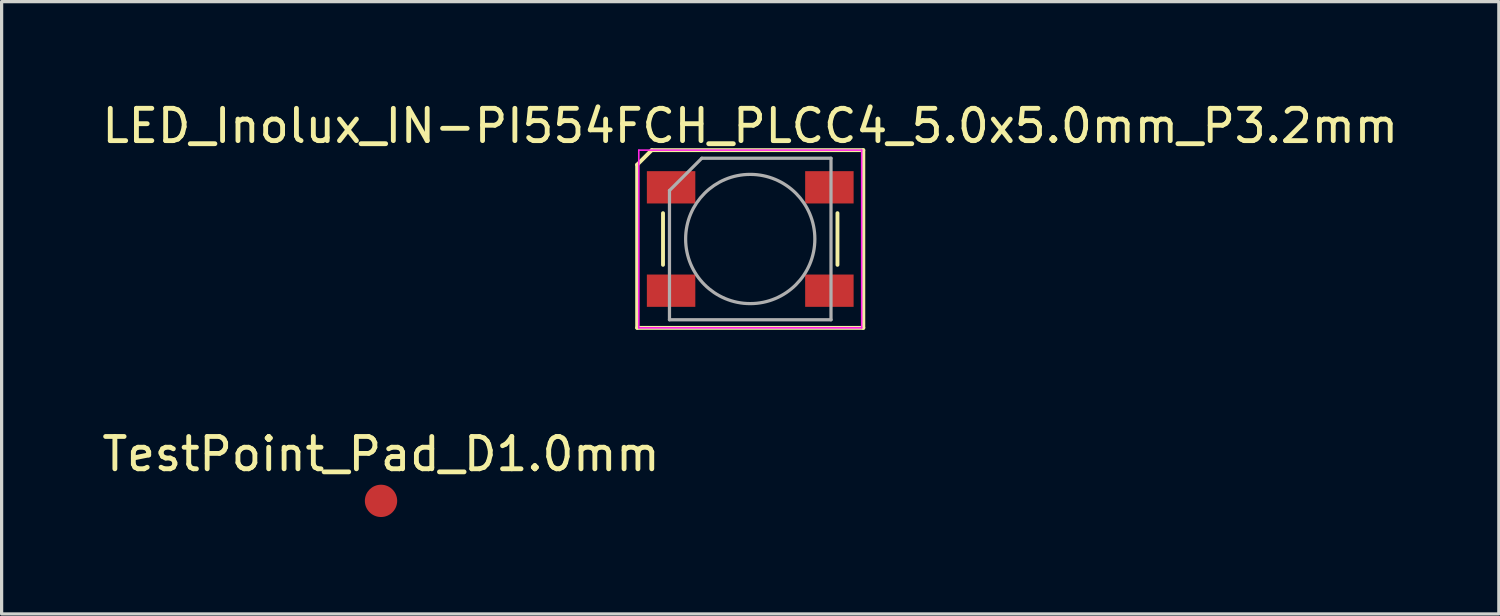
<source format=kicad_pcb>
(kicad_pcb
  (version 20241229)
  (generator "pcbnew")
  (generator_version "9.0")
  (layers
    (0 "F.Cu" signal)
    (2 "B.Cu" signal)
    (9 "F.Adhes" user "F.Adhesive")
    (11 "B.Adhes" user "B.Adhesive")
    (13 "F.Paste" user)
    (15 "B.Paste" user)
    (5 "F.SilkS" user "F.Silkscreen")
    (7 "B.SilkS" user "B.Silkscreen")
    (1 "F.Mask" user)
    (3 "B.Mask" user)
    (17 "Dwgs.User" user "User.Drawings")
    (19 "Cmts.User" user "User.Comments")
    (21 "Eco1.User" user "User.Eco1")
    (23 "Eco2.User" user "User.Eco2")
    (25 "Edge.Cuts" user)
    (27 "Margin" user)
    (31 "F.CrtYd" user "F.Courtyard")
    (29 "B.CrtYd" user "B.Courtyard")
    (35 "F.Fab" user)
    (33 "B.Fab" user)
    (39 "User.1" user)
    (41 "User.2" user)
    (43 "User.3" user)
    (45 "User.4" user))
  (footprint "TestPoint_Pad_D1.0mm"
    (layer "F.Cu")
    (at 8.744 12.454)
    (property "Reference" "TestPoint_Pad_D1.0mm" (at 0 -1.448 0) (layer "F.SilkS") (effects (font (size 1 1) (thickness 0.15))))
    (attr exclude_from_pos_files exclude_from_bom)
    (pad "1" smd circle (at 0 0) (size 1 1) (layers "F.Cu" "F.Mask")))
  (footprint "LED_Inolux_IN-PI554FCH_PLCC4_5.0x5.0mm_P3.2mm"
    (layer "F.Cu")
    (at 20.173 4.348)
    (property "Reference" "LED_Inolux_IN-PI554FCH_PLCC4_5.0x5.0mm_P3.2mm" (at 0 -3.5 0) (layer "F.SilkS") (effects (font (size 1 1) (thickness 0.15))))
    (attr smd)
    (fp_line (start -3.5 -2.3) (end -3.5 2.75) (stroke (width 0.12) (type default)) (layer "F.SilkS"))
    (fp_line (start -3.05 -2.75) (end -3.5 -2.3) (stroke (width 0.12) (type default)) (layer "F.SilkS"))
    (fp_line (start -2.7 -0.8) (end -2.7 0.8) (stroke (width 0.12) (type default)) (layer "F.SilkS"))
    (fp_line (start 2.7 -0.8) (end 2.7 0.8) (stroke (width 0.12) (type default)) (layer "F.SilkS"))
    (fp_line (start 3.5 -2.75) (end -3.05 -2.75) (stroke (width 0.12) (type solid)) (layer "F.SilkS"))
    (fp_line (start 3.5 2.75) (end -3.5 2.75) (stroke (width 0.12) (type solid)) (layer "F.SilkS"))
    (fp_line (start 3.5 2.75) (end 3.5 -2.75) (stroke (width 0.12) (type default)) (layer "F.SilkS"))
    (fp_line (start -3.45 -2.75) (end -3.45 2.75) (stroke (width 0.05) (type solid)) (layer "F.CrtYd"))
    (fp_line (start -3.45 2.75) (end 3.45 2.75) (stroke (width 0.05) (type solid)) (layer "F.CrtYd"))
    (fp_line (start 3.45 -2.75) (end -3.45 -2.75) (stroke (width 0.05) (type solid)) (layer "F.CrtYd"))
    (fp_line (start 3.45 2.75) (end 3.45 -2.75) (stroke (width 0.05) (type solid)) (layer "F.CrtYd"))
    (fp_line (start -2.5 -1.5) (end -2.5 2.5) (stroke (width 0.1) (type solid)) (layer "F.Fab"))
    (fp_line (start -2.5 2.5) (end 2.5 2.5) (stroke (width 0.1) (type solid)) (layer "F.Fab"))
    (fp_line (start -1.5 -2.5) (end -2.5 -1.5) (stroke (width 0.1) (type solid)) (layer "F.Fab"))
    (fp_line (start 2.5 -2.5) (end -1.5 -2.5) (stroke (width 0.1) (type solid)) (layer "F.Fab"))
    (fp_line (start 2.5 2.5) (end 2.5 -2.5) (stroke (width 0.1) (type solid)) (layer "F.Fab"))
    (fp_circle (center 0 0) (end 0 -2) (stroke (width 0.1) (type solid)) (fill no) (layer "F.Fab"))
    (pad "1" smd rect (at 2.45 1.6) (size 1.5 1) (layers "F.Cu" "F.Mask" "F.Paste"))
    (pad "2" smd rect (at 2.45 -1.6) (size 1.5 1) (layers "F.Cu" "F.Mask" "F.Paste"))
    (pad "3" smd rect (at -2.45 -1.6) (size 1.5 1) (layers "F.Cu" "F.Mask" "F.Paste"))
    (pad "4" smd rect (at -2.45 1.6) (size 1.5 1) (layers "F.Cu" "F.Mask" "F.Paste")))
  (gr_rect
    (start -3 -3)
    (end 43.345 15.954)
    (stroke (width 0.1) (type default))
    (fill no)
    (layer "Edge.Cuts")))
</source>
